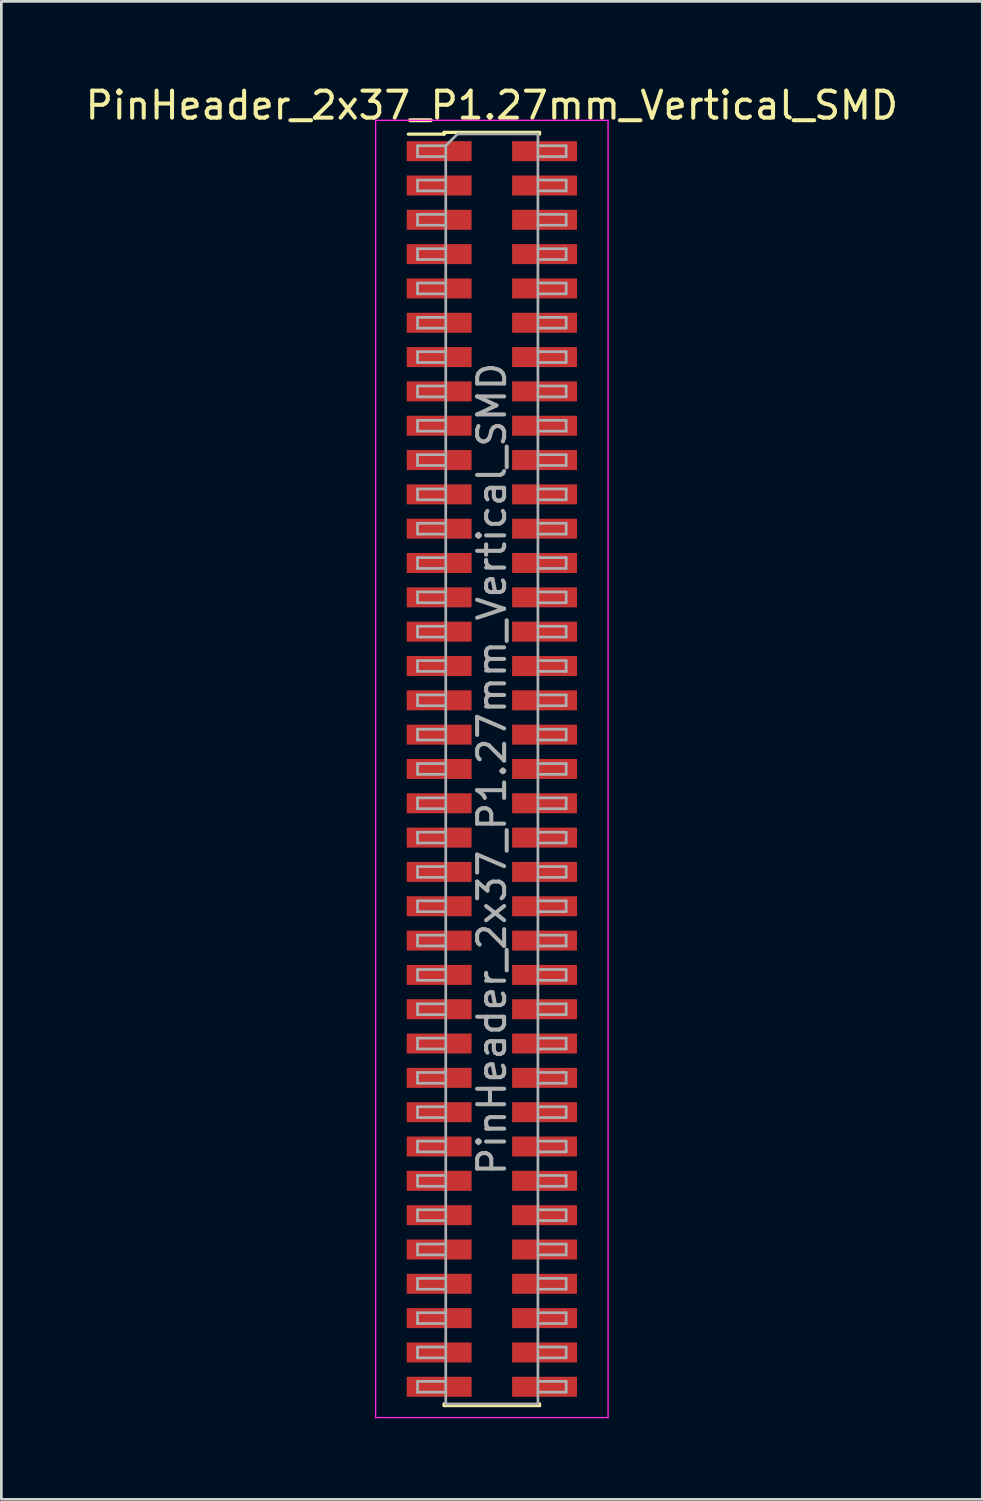
<source format=kicad_pcb>
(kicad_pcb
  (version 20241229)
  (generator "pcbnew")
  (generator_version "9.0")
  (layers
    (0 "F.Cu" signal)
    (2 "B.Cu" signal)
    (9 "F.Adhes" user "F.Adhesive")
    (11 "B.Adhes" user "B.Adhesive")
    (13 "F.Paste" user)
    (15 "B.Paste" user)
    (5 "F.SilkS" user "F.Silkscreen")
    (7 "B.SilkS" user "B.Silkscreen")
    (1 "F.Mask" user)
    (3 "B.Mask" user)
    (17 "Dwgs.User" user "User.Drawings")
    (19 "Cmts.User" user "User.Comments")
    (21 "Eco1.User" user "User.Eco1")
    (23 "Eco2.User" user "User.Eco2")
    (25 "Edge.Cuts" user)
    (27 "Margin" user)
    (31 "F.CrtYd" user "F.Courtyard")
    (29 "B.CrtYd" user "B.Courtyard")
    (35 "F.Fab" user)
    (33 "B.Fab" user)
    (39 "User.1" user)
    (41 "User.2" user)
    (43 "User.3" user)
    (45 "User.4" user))
  (footprint "PinHeader_2x37_P1.27mm_Vertical_SMD"
    (layer "F.Cu")
    (at 15.149 25.403)
    (property "Reference" "PinHeader_2x37_P1.27mm_Vertical_SMD" (at 0 -24.555 0) (layer "F.SilkS") (effects (font (size 1 1) (thickness 0.15))))
    (attr smd)
    (fp_line (start -3.09 -23.49) (end -1.765 -23.49) (stroke (width 0.12) (type solid)) (layer "F.SilkS"))
    (fp_line (start -1.765 -23.555) (end -1.765 -23.49) (stroke (width 0.12) (type solid)) (layer "F.SilkS"))
    (fp_line (start -1.765 -23.555) (end 1.765 -23.555) (stroke (width 0.12) (type solid)) (layer "F.SilkS"))
    (fp_line (start -1.765 23.49) (end -1.765 23.555) (stroke (width 0.12) (type solid)) (layer "F.SilkS"))
    (fp_line (start -1.765 23.555) (end 1.765 23.555) (stroke (width 0.12) (type solid)) (layer "F.SilkS"))
    (fp_line (start 1.765 -23.555) (end 1.765 -23.49) (stroke (width 0.12) (type solid)) (layer "F.SilkS"))
    (fp_line (start 1.765 23.49) (end 1.765 23.555) (stroke (width 0.12) (type solid)) (layer "F.SilkS"))
    (fp_line (start -4.3 -24) (end -4.3 24) (stroke (width 0.05) (type solid)) (layer "F.CrtYd"))
    (fp_line (start -4.3 24) (end 4.3 24) (stroke (width 0.05) (type solid)) (layer "F.CrtYd"))
    (fp_line (start 4.3 -24) (end -4.3 -24) (stroke (width 0.05) (type solid)) (layer "F.CrtYd"))
    (fp_line (start 4.3 24) (end 4.3 -24) (stroke (width 0.05) (type solid)) (layer "F.CrtYd"))
    (fp_line (start -2.75 -23.06) (end -2.75 -22.66) (stroke (width 0.1) (type solid)) (layer "F.Fab"))
    (fp_line (start -2.75 -22.66) (end -1.705 -22.66) (stroke (width 0.1) (type solid)) (layer "F.Fab"))
    (fp_line (start -2.75 -21.79) (end -2.75 -21.39) (stroke (width 0.1) (type solid)) (layer "F.Fab"))
    (fp_line (start -2.75 -21.39) (end -1.705 -21.39) (stroke (width 0.1) (type solid)) (layer "F.Fab"))
    (fp_line (start -2.75 -20.52) (end -2.75 -20.12) (stroke (width 0.1) (type solid)) (layer "F.Fab"))
    (fp_line (start -2.75 -20.12) (end -1.705 -20.12) (stroke (width 0.1) (type solid)) (layer "F.Fab"))
    (fp_line (start -2.75 -19.25) (end -2.75 -18.85) (stroke (width 0.1) (type solid)) (layer "F.Fab"))
    (fp_line (start -2.75 -18.85) (end -1.705 -18.85) (stroke (width 0.1) (type solid)) (layer "F.Fab"))
    (fp_line (start -2.75 -17.98) (end -2.75 -17.58) (stroke (width 0.1) (type solid)) (layer "F.Fab"))
    (fp_line (start -2.75 -17.58) (end -1.705 -17.58) (stroke (width 0.1) (type solid)) (layer "F.Fab"))
    (fp_line (start -2.75 -16.71) (end -2.75 -16.31) (stroke (width 0.1) (type solid)) (layer "F.Fab"))
    (fp_line (start -2.75 -16.31) (end -1.705 -16.31) (stroke (width 0.1) (type solid)) (layer "F.Fab"))
    (fp_line (start -2.75 -15.44) (end -2.75 -15.04) (stroke (width 0.1) (type solid)) (layer "F.Fab"))
    (fp_line (start -2.75 -15.04) (end -1.705 -15.04) (stroke (width 0.1) (type solid)) (layer "F.Fab"))
    (fp_line (start -2.75 -14.17) (end -2.75 -13.77) (stroke (width 0.1) (type solid)) (layer "F.Fab"))
    (fp_line (start -2.75 -13.77) (end -1.705 -13.77) (stroke (width 0.1) (type solid)) (layer "F.Fab"))
    (fp_line (start -2.75 -12.9) (end -2.75 -12.5) (stroke (width 0.1) (type solid)) (layer "F.Fab"))
    (fp_line (start -2.75 -12.5) (end -1.705 -12.5) (stroke (width 0.1) (type solid)) (layer "F.Fab"))
    (fp_line (start -2.75 -11.63) (end -2.75 -11.23) (stroke (width 0.1) (type solid)) (layer "F.Fab"))
    (fp_line (start -2.75 -11.23) (end -1.705 -11.23) (stroke (width 0.1) (type solid)) (layer "F.Fab"))
    (fp_line (start -2.75 -10.36) (end -2.75 -9.96) (stroke (width 0.1) (type solid)) (layer "F.Fab"))
    (fp_line (start -2.75 -9.96) (end -1.705 -9.96) (stroke (width 0.1) (type solid)) (layer "F.Fab"))
    (fp_line (start -2.75 -9.09) (end -2.75 -8.69) (stroke (width 0.1) (type solid)) (layer "F.Fab"))
    (fp_line (start -2.75 -8.69) (end -1.705 -8.69) (stroke (width 0.1) (type solid)) (layer "F.Fab"))
    (fp_line (start -2.75 -7.82) (end -2.75 -7.42) (stroke (width 0.1) (type solid)) (layer "F.Fab"))
    (fp_line (start -2.75 -7.42) (end -1.705 -7.42) (stroke (width 0.1) (type solid)) (layer "F.Fab"))
    (fp_line (start -2.75 -6.55) (end -2.75 -6.15) (stroke (width 0.1) (type solid)) (layer "F.Fab"))
    (fp_line (start -2.75 -6.15) (end -1.705 -6.15) (stroke (width 0.1) (type solid)) (layer "F.Fab"))
    (fp_line (start -2.75 -5.28) (end -2.75 -4.88) (stroke (width 0.1) (type solid)) (layer "F.Fab"))
    (fp_line (start -2.75 -4.88) (end -1.705 -4.88) (stroke (width 0.1) (type solid)) (layer "F.Fab"))
    (fp_line (start -2.75 -4.01) (end -2.75 -3.61) (stroke (width 0.1) (type solid)) (layer "F.Fab"))
    (fp_line (start -2.75 -3.61) (end -1.705 -3.61) (stroke (width 0.1) (type solid)) (layer "F.Fab"))
    (fp_line (start -2.75 -2.74) (end -2.75 -2.34) (stroke (width 0.1) (type solid)) (layer "F.Fab"))
    (fp_line (start -2.75 -2.34) (end -1.705 -2.34) (stroke (width 0.1) (type solid)) (layer "F.Fab"))
    (fp_line (start -2.75 -1.47) (end -2.75 -1.07) (stroke (width 0.1) (type solid)) (layer "F.Fab"))
    (fp_line (start -2.75 -1.07) (end -1.705 -1.07) (stroke (width 0.1) (type solid)) (layer "F.Fab"))
    (fp_line (start -2.75 -0.2) (end -2.75 0.2) (stroke (width 0.1) (type solid)) (layer "F.Fab"))
    (fp_line (start -2.75 0.2) (end -1.705 0.2) (stroke (width 0.1) (type solid)) (layer "F.Fab"))
    (fp_line (start -2.75 1.07) (end -2.75 1.47) (stroke (width 0.1) (type solid)) (layer "F.Fab"))
    (fp_line (start -2.75 1.47) (end -1.705 1.47) (stroke (width 0.1) (type solid)) (layer "F.Fab"))
    (fp_line (start -2.75 2.34) (end -2.75 2.74) (stroke (width 0.1) (type solid)) (layer "F.Fab"))
    (fp_line (start -2.75 2.74) (end -1.705 2.74) (stroke (width 0.1) (type solid)) (layer "F.Fab"))
    (fp_line (start -2.75 3.61) (end -2.75 4.01) (stroke (width 0.1) (type solid)) (layer "F.Fab"))
    (fp_line (start -2.75 4.01) (end -1.705 4.01) (stroke (width 0.1) (type solid)) (layer "F.Fab"))
    (fp_line (start -2.75 4.88) (end -2.75 5.28) (stroke (width 0.1) (type solid)) (layer "F.Fab"))
    (fp_line (start -2.75 5.28) (end -1.705 5.28) (stroke (width 0.1) (type solid)) (layer "F.Fab"))
    (fp_line (start -2.75 6.15) (end -2.75 6.55) (stroke (width 0.1) (type solid)) (layer "F.Fab"))
    (fp_line (start -2.75 6.55) (end -1.705 6.55) (stroke (width 0.1) (type solid)) (layer "F.Fab"))
    (fp_line (start -2.75 7.42) (end -2.75 7.82) (stroke (width 0.1) (type solid)) (layer "F.Fab"))
    (fp_line (start -2.75 7.82) (end -1.705 7.82) (stroke (width 0.1) (type solid)) (layer "F.Fab"))
    (fp_line (start -2.75 8.69) (end -2.75 9.09) (stroke (width 0.1) (type solid)) (layer "F.Fab"))
    (fp_line (start -2.75 9.09) (end -1.705 9.09) (stroke (width 0.1) (type solid)) (layer "F.Fab"))
    (fp_line (start -2.75 9.96) (end -2.75 10.36) (stroke (width 0.1) (type solid)) (layer "F.Fab"))
    (fp_line (start -2.75 10.36) (end -1.705 10.36) (stroke (width 0.1) (type solid)) (layer "F.Fab"))
    (fp_line (start -2.75 11.23) (end -2.75 11.63) (stroke (width 0.1) (type solid)) (layer "F.Fab"))
    (fp_line (start -2.75 11.63) (end -1.705 11.63) (stroke (width 0.1) (type solid)) (layer "F.Fab"))
    (fp_line (start -2.75 12.5) (end -2.75 12.9) (stroke (width 0.1) (type solid)) (layer "F.Fab"))
    (fp_line (start -2.75 12.9) (end -1.705 12.9) (stroke (width 0.1) (type solid)) (layer "F.Fab"))
    (fp_line (start -2.75 13.77) (end -2.75 14.17) (stroke (width 0.1) (type solid)) (layer "F.Fab"))
    (fp_line (start -2.75 14.17) (end -1.705 14.17) (stroke (width 0.1) (type solid)) (layer "F.Fab"))
    (fp_line (start -2.75 15.04) (end -2.75 15.44) (stroke (width 0.1) (type solid)) (layer "F.Fab"))
    (fp_line (start -2.75 15.44) (end -1.705 15.44) (stroke (width 0.1) (type solid)) (layer "F.Fab"))
    (fp_line (start -2.75 16.31) (end -2.75 16.71) (stroke (width 0.1) (type solid)) (layer "F.Fab"))
    (fp_line (start -2.75 16.71) (end -1.705 16.71) (stroke (width 0.1) (type solid)) (layer "F.Fab"))
    (fp_line (start -2.75 17.58) (end -2.75 17.98) (stroke (width 0.1) (type solid)) (layer "F.Fab"))
    (fp_line (start -2.75 17.98) (end -1.705 17.98) (stroke (width 0.1) (type solid)) (layer "F.Fab"))
    (fp_line (start -2.75 18.85) (end -2.75 19.25) (stroke (width 0.1) (type solid)) (layer "F.Fab"))
    (fp_line (start -2.75 19.25) (end -1.705 19.25) (stroke (width 0.1) (type solid)) (layer "F.Fab"))
    (fp_line (start -2.75 20.12) (end -2.75 20.52) (stroke (width 0.1) (type solid)) (layer "F.Fab"))
    (fp_line (start -2.75 20.52) (end -1.705 20.52) (stroke (width 0.1) (type solid)) (layer "F.Fab"))
    (fp_line (start -2.75 21.39) (end -2.75 21.79) (stroke (width 0.1) (type solid)) (layer "F.Fab"))
    (fp_line (start -2.75 21.79) (end -1.705 21.79) (stroke (width 0.1) (type solid)) (layer "F.Fab"))
    (fp_line (start -2.75 22.66) (end -2.75 23.06) (stroke (width 0.1) (type solid)) (layer "F.Fab"))
    (fp_line (start -2.75 23.06) (end -1.705 23.06) (stroke (width 0.1) (type solid)) (layer "F.Fab"))
    (fp_line (start -1.705 -23.06) (end -2.75 -23.06) (stroke (width 0.1) (type solid)) (layer "F.Fab"))
    (fp_line (start -1.705 -23.06) (end -1.27 -23.495) (stroke (width 0.1) (type solid)) (layer "F.Fab"))
    (fp_line (start -1.705 -21.79) (end -2.75 -21.79) (stroke (width 0.1) (type solid)) (layer "F.Fab"))
    (fp_line (start -1.705 -20.52) (end -2.75 -20.52) (stroke (width 0.1) (type solid)) (layer "F.Fab"))
    (fp_line (start -1.705 -19.25) (end -2.75 -19.25) (stroke (width 0.1) (type solid)) (layer "F.Fab"))
    (fp_line (start -1.705 -17.98) (end -2.75 -17.98) (stroke (width 0.1) (type solid)) (layer "F.Fab"))
    (fp_line (start -1.705 -16.71) (end -2.75 -16.71) (stroke (width 0.1) (type solid)) (layer "F.Fab"))
    (fp_line (start -1.705 -15.44) (end -2.75 -15.44) (stroke (width 0.1) (type solid)) (layer "F.Fab"))
    (fp_line (start -1.705 -14.17) (end -2.75 -14.17) (stroke (width 0.1) (type solid)) (layer "F.Fab"))
    (fp_line (start -1.705 -12.9) (end -2.75 -12.9) (stroke (width 0.1) (type solid)) (layer "F.Fab"))
    (fp_line (start -1.705 -11.63) (end -2.75 -11.63) (stroke (width 0.1) (type solid)) (layer "F.Fab"))
    (fp_line (start -1.705 -10.36) (end -2.75 -10.36) (stroke (width 0.1) (type solid)) (layer "F.Fab"))
    (fp_line (start -1.705 -9.09) (end -2.75 -9.09) (stroke (width 0.1) (type solid)) (layer "F.Fab"))
    (fp_line (start -1.705 -7.82) (end -2.75 -7.82) (stroke (width 0.1) (type solid)) (layer "F.Fab"))
    (fp_line (start -1.705 -6.55) (end -2.75 -6.55) (stroke (width 0.1) (type solid)) (layer "F.Fab"))
    (fp_line (start -1.705 -5.28) (end -2.75 -5.28) (stroke (width 0.1) (type solid)) (layer "F.Fab"))
    (fp_line (start -1.705 -4.01) (end -2.75 -4.01) (stroke (width 0.1) (type solid)) (layer "F.Fab"))
    (fp_line (start -1.705 -2.74) (end -2.75 -2.74) (stroke (width 0.1) (type solid)) (layer "F.Fab"))
    (fp_line (start -1.705 -1.47) (end -2.75 -1.47) (stroke (width 0.1) (type solid)) (layer "F.Fab"))
    (fp_line (start -1.705 -0.2) (end -2.75 -0.2) (stroke (width 0.1) (type solid)) (layer "F.Fab"))
    (fp_line (start -1.705 1.07) (end -2.75 1.07) (stroke (width 0.1) (type solid)) (layer "F.Fab"))
    (fp_line (start -1.705 2.34) (end -2.75 2.34) (stroke (width 0.1) (type solid)) (layer "F.Fab"))
    (fp_line (start -1.705 3.61) (end -2.75 3.61) (stroke (width 0.1) (type solid)) (layer "F.Fab"))
    (fp_line (start -1.705 4.88) (end -2.75 4.88) (stroke (width 0.1) (type solid)) (layer "F.Fab"))
    (fp_line (start -1.705 6.15) (end -2.75 6.15) (stroke (width 0.1) (type solid)) (layer "F.Fab"))
    (fp_line (start -1.705 7.42) (end -2.75 7.42) (stroke (width 0.1) (type solid)) (layer "F.Fab"))
    (fp_line (start -1.705 8.69) (end -2.75 8.69) (stroke (width 0.1) (type solid)) (layer "F.Fab"))
    (fp_line (start -1.705 9.96) (end -2.75 9.96) (stroke (width 0.1) (type solid)) (layer "F.Fab"))
    (fp_line (start -1.705 11.23) (end -2.75 11.23) (stroke (width 0.1) (type solid)) (layer "F.Fab"))
    (fp_line (start -1.705 12.5) (end -2.75 12.5) (stroke (width 0.1) (type solid)) (layer "F.Fab"))
    (fp_line (start -1.705 13.77) (end -2.75 13.77) (stroke (width 0.1) (type solid)) (layer "F.Fab"))
    (fp_line (start -1.705 15.04) (end -2.75 15.04) (stroke (width 0.1) (type solid)) (layer "F.Fab"))
    (fp_line (start -1.705 16.31) (end -2.75 16.31) (stroke (width 0.1) (type solid)) (layer "F.Fab"))
    (fp_line (start -1.705 17.58) (end -2.75 17.58) (stroke (width 0.1) (type solid)) (layer "F.Fab"))
    (fp_line (start -1.705 18.85) (end -2.75 18.85) (stroke (width 0.1) (type solid)) (layer "F.Fab"))
    (fp_line (start -1.705 20.12) (end -2.75 20.12) (stroke (width 0.1) (type solid)) (layer "F.Fab"))
    (fp_line (start -1.705 21.39) (end -2.75 21.39) (stroke (width 0.1) (type solid)) (layer "F.Fab"))
    (fp_line (start -1.705 22.66) (end -2.75 22.66) (stroke (width 0.1) (type solid)) (layer "F.Fab"))
    (fp_line (start -1.705 23.495) (end -1.705 -23.06) (stroke (width 0.1) (type solid)) (layer "F.Fab"))
    (fp_line (start -1.27 -23.495) (end 1.705 -23.495) (stroke (width 0.1) (type solid)) (layer "F.Fab"))
    (fp_line (start 1.705 -23.495) (end 1.705 23.495) (stroke (width 0.1) (type solid)) (layer "F.Fab"))
    (fp_line (start 1.705 -23.06) (end 2.75 -23.06) (stroke (width 0.1) (type solid)) (layer "F.Fab"))
    (fp_line (start 1.705 -21.79) (end 2.75 -21.79) (stroke (width 0.1) (type solid)) (layer "F.Fab"))
    (fp_line (start 1.705 -20.52) (end 2.75 -20.52) (stroke (width 0.1) (type solid)) (layer "F.Fab"))
    (fp_line (start 1.705 -19.25) (end 2.75 -19.25) (stroke (width 0.1) (type solid)) (layer "F.Fab"))
    (fp_line (start 1.705 -17.98) (end 2.75 -17.98) (stroke (width 0.1) (type solid)) (layer "F.Fab"))
    (fp_line (start 1.705 -16.71) (end 2.75 -16.71) (stroke (width 0.1) (type solid)) (layer "F.Fab"))
    (fp_line (start 1.705 -15.44) (end 2.75 -15.44) (stroke (width 0.1) (type solid)) (layer "F.Fab"))
    (fp_line (start 1.705 -14.17) (end 2.75 -14.17) (stroke (width 0.1) (type solid)) (layer "F.Fab"))
    (fp_line (start 1.705 -12.9) (end 2.75 -12.9) (stroke (width 0.1) (type solid)) (layer "F.Fab"))
    (fp_line (start 1.705 -11.63) (end 2.75 -11.63) (stroke (width 0.1) (type solid)) (layer "F.Fab"))
    (fp_line (start 1.705 -10.36) (end 2.75 -10.36) (stroke (width 0.1) (type solid)) (layer "F.Fab"))
    (fp_line (start 1.705 -9.09) (end 2.75 -9.09) (stroke (width 0.1) (type solid)) (layer "F.Fab"))
    (fp_line (start 1.705 -7.82) (end 2.75 -7.82) (stroke (width 0.1) (type solid)) (layer "F.Fab"))
    (fp_line (start 1.705 -6.55) (end 2.75 -6.55) (stroke (width 0.1) (type solid)) (layer "F.Fab"))
    (fp_line (start 1.705 -5.28) (end 2.75 -5.28) (stroke (width 0.1) (type solid)) (layer "F.Fab"))
    (fp_line (start 1.705 -4.01) (end 2.75 -4.01) (stroke (width 0.1) (type solid)) (layer "F.Fab"))
    (fp_line (start 1.705 -2.74) (end 2.75 -2.74) (stroke (width 0.1) (type solid)) (layer "F.Fab"))
    (fp_line (start 1.705 -1.47) (end 2.75 -1.47) (stroke (width 0.1) (type solid)) (layer "F.Fab"))
    (fp_line (start 1.705 -0.2) (end 2.75 -0.2) (stroke (width 0.1) (type solid)) (layer "F.Fab"))
    (fp_line (start 1.705 1.07) (end 2.75 1.07) (stroke (width 0.1) (type solid)) (layer "F.Fab"))
    (fp_line (start 1.705 2.34) (end 2.75 2.34) (stroke (width 0.1) (type solid)) (layer "F.Fab"))
    (fp_line (start 1.705 3.61) (end 2.75 3.61) (stroke (width 0.1) (type solid)) (layer "F.Fab"))
    (fp_line (start 1.705 4.88) (end 2.75 4.88) (stroke (width 0.1) (type solid)) (layer "F.Fab"))
    (fp_line (start 1.705 6.15) (end 2.75 6.15) (stroke (width 0.1) (type solid)) (layer "F.Fab"))
    (fp_line (start 1.705 7.42) (end 2.75 7.42) (stroke (width 0.1) (type solid)) (layer "F.Fab"))
    (fp_line (start 1.705 8.69) (end 2.75 8.69) (stroke (width 0.1) (type solid)) (layer "F.Fab"))
    (fp_line (start 1.705 9.96) (end 2.75 9.96) (stroke (width 0.1) (type solid)) (layer "F.Fab"))
    (fp_line (start 1.705 11.23) (end 2.75 11.23) (stroke (width 0.1) (type solid)) (layer "F.Fab"))
    (fp_line (start 1.705 12.5) (end 2.75 12.5) (stroke (width 0.1) (type solid)) (layer "F.Fab"))
    (fp_line (start 1.705 13.77) (end 2.75 13.77) (stroke (width 0.1) (type solid)) (layer "F.Fab"))
    (fp_line (start 1.705 15.04) (end 2.75 15.04) (stroke (width 0.1) (type solid)) (layer "F.Fab"))
    (fp_line (start 1.705 16.31) (end 2.75 16.31) (stroke (width 0.1) (type solid)) (layer "F.Fab"))
    (fp_line (start 1.705 17.58) (end 2.75 17.58) (stroke (width 0.1) (type solid)) (layer "F.Fab"))
    (fp_line (start 1.705 18.85) (end 2.75 18.85) (stroke (width 0.1) (type solid)) (layer "F.Fab"))
    (fp_line (start 1.705 20.12) (end 2.75 20.12) (stroke (width 0.1) (type solid)) (layer "F.Fab"))
    (fp_line (start 1.705 21.39) (end 2.75 21.39) (stroke (width 0.1) (type solid)) (layer "F.Fab"))
    (fp_line (start 1.705 22.66) (end 2.75 22.66) (stroke (width 0.1) (type solid)) (layer "F.Fab"))
    (fp_line (start 1.705 23.495) (end -1.705 23.495) (stroke (width 0.1) (type solid)) (layer "F.Fab"))
    (fp_line (start 2.75 -23.06) (end 2.75 -22.66) (stroke (width 0.1) (type solid)) (layer "F.Fab"))
    (fp_line (start 2.75 -22.66) (end 1.705 -22.66) (stroke (width 0.1) (type solid)) (layer "F.Fab"))
    (fp_line (start 2.75 -21.79) (end 2.75 -21.39) (stroke (width 0.1) (type solid)) (layer "F.Fab"))
    (fp_line (start 2.75 -21.39) (end 1.705 -21.39) (stroke (width 0.1) (type solid)) (layer "F.Fab"))
    (fp_line (start 2.75 -20.52) (end 2.75 -20.12) (stroke (width 0.1) (type solid)) (layer "F.Fab"))
    (fp_line (start 2.75 -20.12) (end 1.705 -20.12) (stroke (width 0.1) (type solid)) (layer "F.Fab"))
    (fp_line (start 2.75 -19.25) (end 2.75 -18.85) (stroke (width 0.1) (type solid)) (layer "F.Fab"))
    (fp_line (start 2.75 -18.85) (end 1.705 -18.85) (stroke (width 0.1) (type solid)) (layer "F.Fab"))
    (fp_line (start 2.75 -17.98) (end 2.75 -17.58) (stroke (width 0.1) (type solid)) (layer "F.Fab"))
    (fp_line (start 2.75 -17.58) (end 1.705 -17.58) (stroke (width 0.1) (type solid)) (layer "F.Fab"))
    (fp_line (start 2.75 -16.71) (end 2.75 -16.31) (stroke (width 0.1) (type solid)) (layer "F.Fab"))
    (fp_line (start 2.75 -16.31) (end 1.705 -16.31) (stroke (width 0.1) (type solid)) (layer "F.Fab"))
    (fp_line (start 2.75 -15.44) (end 2.75 -15.04) (stroke (width 0.1) (type solid)) (layer "F.Fab"))
    (fp_line (start 2.75 -15.04) (end 1.705 -15.04) (stroke (width 0.1) (type solid)) (layer "F.Fab"))
    (fp_line (start 2.75 -14.17) (end 2.75 -13.77) (stroke (width 0.1) (type solid)) (layer "F.Fab"))
    (fp_line (start 2.75 -13.77) (end 1.705 -13.77) (stroke (width 0.1) (type solid)) (layer "F.Fab"))
    (fp_line (start 2.75 -12.9) (end 2.75 -12.5) (stroke (width 0.1) (type solid)) (layer "F.Fab"))
    (fp_line (start 2.75 -12.5) (end 1.705 -12.5) (stroke (width 0.1) (type solid)) (layer "F.Fab"))
    (fp_line (start 2.75 -11.63) (end 2.75 -11.23) (stroke (width 0.1) (type solid)) (layer "F.Fab"))
    (fp_line (start 2.75 -11.23) (end 1.705 -11.23) (stroke (width 0.1) (type solid)) (layer "F.Fab"))
    (fp_line (start 2.75 -10.36) (end 2.75 -9.96) (stroke (width 0.1) (type solid)) (layer "F.Fab"))
    (fp_line (start 2.75 -9.96) (end 1.705 -9.96) (stroke (width 0.1) (type solid)) (layer "F.Fab"))
    (fp_line (start 2.75 -9.09) (end 2.75 -8.69) (stroke (width 0.1) (type solid)) (layer "F.Fab"))
    (fp_line (start 2.75 -8.69) (end 1.705 -8.69) (stroke (width 0.1) (type solid)) (layer "F.Fab"))
    (fp_line (start 2.75 -7.82) (end 2.75 -7.42) (stroke (width 0.1) (type solid)) (layer "F.Fab"))
    (fp_line (start 2.75 -7.42) (end 1.705 -7.42) (stroke (width 0.1) (type solid)) (layer "F.Fab"))
    (fp_line (start 2.75 -6.55) (end 2.75 -6.15) (stroke (width 0.1) (type solid)) (layer "F.Fab"))
    (fp_line (start 2.75 -6.15) (end 1.705 -6.15) (stroke (width 0.1) (type solid)) (layer "F.Fab"))
    (fp_line (start 2.75 -5.28) (end 2.75 -4.88) (stroke (width 0.1) (type solid)) (layer "F.Fab"))
    (fp_line (start 2.75 -4.88) (end 1.705 -4.88) (stroke (width 0.1) (type solid)) (layer "F.Fab"))
    (fp_line (start 2.75 -4.01) (end 2.75 -3.61) (stroke (width 0.1) (type solid)) (layer "F.Fab"))
    (fp_line (start 2.75 -3.61) (end 1.705 -3.61) (stroke (width 0.1) (type solid)) (layer "F.Fab"))
    (fp_line (start 2.75 -2.74) (end 2.75 -2.34) (stroke (width 0.1) (type solid)) (layer "F.Fab"))
    (fp_line (start 2.75 -2.34) (end 1.705 -2.34) (stroke (width 0.1) (type solid)) (layer "F.Fab"))
    (fp_line (start 2.75 -1.47) (end 2.75 -1.07) (stroke (width 0.1) (type solid)) (layer "F.Fab"))
    (fp_line (start 2.75 -1.07) (end 1.705 -1.07) (stroke (width 0.1) (type solid)) (layer "F.Fab"))
    (fp_line (start 2.75 -0.2) (end 2.75 0.2) (stroke (width 0.1) (type solid)) (layer "F.Fab"))
    (fp_line (start 2.75 0.2) (end 1.705 0.2) (stroke (width 0.1) (type solid)) (layer "F.Fab"))
    (fp_line (start 2.75 1.07) (end 2.75 1.47) (stroke (width 0.1) (type solid)) (layer "F.Fab"))
    (fp_line (start 2.75 1.47) (end 1.705 1.47) (stroke (width 0.1) (type solid)) (layer "F.Fab"))
    (fp_line (start 2.75 2.34) (end 2.75 2.74) (stroke (width 0.1) (type solid)) (layer "F.Fab"))
    (fp_line (start 2.75 2.74) (end 1.705 2.74) (stroke (width 0.1) (type solid)) (layer "F.Fab"))
    (fp_line (start 2.75 3.61) (end 2.75 4.01) (stroke (width 0.1) (type solid)) (layer "F.Fab"))
    (fp_line (start 2.75 4.01) (end 1.705 4.01) (stroke (width 0.1) (type solid)) (layer "F.Fab"))
    (fp_line (start 2.75 4.88) (end 2.75 5.28) (stroke (width 0.1) (type solid)) (layer "F.Fab"))
    (fp_line (start 2.75 5.28) (end 1.705 5.28) (stroke (width 0.1) (type solid)) (layer "F.Fab"))
    (fp_line (start 2.75 6.15) (end 2.75 6.55) (stroke (width 0.1) (type solid)) (layer "F.Fab"))
    (fp_line (start 2.75 6.55) (end 1.705 6.55) (stroke (width 0.1) (type solid)) (layer "F.Fab"))
    (fp_line (start 2.75 7.42) (end 2.75 7.82) (stroke (width 0.1) (type solid)) (layer "F.Fab"))
    (fp_line (start 2.75 7.82) (end 1.705 7.82) (stroke (width 0.1) (type solid)) (layer "F.Fab"))
    (fp_line (start 2.75 8.69) (end 2.75 9.09) (stroke (width 0.1) (type solid)) (layer "F.Fab"))
    (fp_line (start 2.75 9.09) (end 1.705 9.09) (stroke (width 0.1) (type solid)) (layer "F.Fab"))
    (fp_line (start 2.75 9.96) (end 2.75 10.36) (stroke (width 0.1) (type solid)) (layer "F.Fab"))
    (fp_line (start 2.75 10.36) (end 1.705 10.36) (stroke (width 0.1) (type solid)) (layer "F.Fab"))
    (fp_line (start 2.75 11.23) (end 2.75 11.63) (stroke (width 0.1) (type solid)) (layer "F.Fab"))
    (fp_line (start 2.75 11.63) (end 1.705 11.63) (stroke (width 0.1) (type solid)) (layer "F.Fab"))
    (fp_line (start 2.75 12.5) (end 2.75 12.9) (stroke (width 0.1) (type solid)) (layer "F.Fab"))
    (fp_line (start 2.75 12.9) (end 1.705 12.9) (stroke (width 0.1) (type solid)) (layer "F.Fab"))
    (fp_line (start 2.75 13.77) (end 2.75 14.17) (stroke (width 0.1) (type solid)) (layer "F.Fab"))
    (fp_line (start 2.75 14.17) (end 1.705 14.17) (stroke (width 0.1) (type solid)) (layer "F.Fab"))
    (fp_line (start 2.75 15.04) (end 2.75 15.44) (stroke (width 0.1) (type solid)) (layer "F.Fab"))
    (fp_line (start 2.75 15.44) (end 1.705 15.44) (stroke (width 0.1) (type solid)) (layer "F.Fab"))
    (fp_line (start 2.75 16.31) (end 2.75 16.71) (stroke (width 0.1) (type solid)) (layer "F.Fab"))
    (fp_line (start 2.75 16.71) (end 1.705 16.71) (stroke (width 0.1) (type solid)) (layer "F.Fab"))
    (fp_line (start 2.75 17.58) (end 2.75 17.98) (stroke (width 0.1) (type solid)) (layer "F.Fab"))
    (fp_line (start 2.75 17.98) (end 1.705 17.98) (stroke (width 0.1) (type solid)) (layer "F.Fab"))
    (fp_line (start 2.75 18.85) (end 2.75 19.25) (stroke (width 0.1) (type solid)) (layer "F.Fab"))
    (fp_line (start 2.75 19.25) (end 1.705 19.25) (stroke (width 0.1) (type solid)) (layer "F.Fab"))
    (fp_line (start 2.75 20.12) (end 2.75 20.52) (stroke (width 0.1) (type solid)) (layer "F.Fab"))
    (fp_line (start 2.75 20.52) (end 1.705 20.52) (stroke (width 0.1) (type solid)) (layer "F.Fab"))
    (fp_line (start 2.75 21.39) (end 2.75 21.79) (stroke (width 0.1) (type solid)) (layer "F.Fab"))
    (fp_line (start 2.75 21.79) (end 1.705 21.79) (stroke (width 0.1) (type solid)) (layer "F.Fab"))
    (fp_line (start 2.75 22.66) (end 2.75 23.06) (stroke (width 0.1) (type solid)) (layer "F.Fab"))
    (fp_line (start 2.75 23.06) (end 1.705 23.06) (stroke (width 0.1) (type solid)) (layer "F.Fab"))
    (fp_text user "${REFERENCE}" (at 0 0 90) (layer "F.Fab") (effects (font (size 1 1) (thickness 0.15))))
    (pad "1" smd rect (at -1.95 -22.86) (size 2.4 0.74) (layers "F.Cu" "F.Mask" "F.Paste"))
    (pad "2" smd rect (at 1.95 -22.86) (size 2.4 0.74) (layers "F.Cu" "F.Mask" "F.Paste"))
    (pad "3" smd rect (at -1.95 -21.59) (size 2.4 0.74) (layers "F.Cu" "F.Mask" "F.Paste"))
    (pad "4" smd rect (at 1.95 -21.59) (size 2.4 0.74) (layers "F.Cu" "F.Mask" "F.Paste"))
    (pad "5" smd rect (at -1.95 -20.32) (size 2.4 0.74) (layers "F.Cu" "F.Mask" "F.Paste"))
    (pad "6" smd rect (at 1.95 -20.32) (size 2.4 0.74) (layers "F.Cu" "F.Mask" "F.Paste"))
    (pad "7" smd rect (at -1.95 -19.05) (size 2.4 0.74) (layers "F.Cu" "F.Mask" "F.Paste"))
    (pad "8" smd rect (at 1.95 -19.05) (size 2.4 0.74) (layers "F.Cu" "F.Mask" "F.Paste"))
    (pad "9" smd rect (at -1.95 -17.78) (size 2.4 0.74) (layers "F.Cu" "F.Mask" "F.Paste"))
    (pad "10" smd rect (at 1.95 -17.78) (size 2.4 0.74) (layers "F.Cu" "F.Mask" "F.Paste"))
    (pad "11" smd rect (at -1.95 -16.51) (size 2.4 0.74) (layers "F.Cu" "F.Mask" "F.Paste"))
    (pad "12" smd rect (at 1.95 -16.51) (size 2.4 0.74) (layers "F.Cu" "F.Mask" "F.Paste"))
    (pad "13" smd rect (at -1.95 -15.24) (size 2.4 0.74) (layers "F.Cu" "F.Mask" "F.Paste"))
    (pad "14" smd rect (at 1.95 -15.24) (size 2.4 0.74) (layers "F.Cu" "F.Mask" "F.Paste"))
    (pad "15" smd rect (at -1.95 -13.97) (size 2.4 0.74) (layers "F.Cu" "F.Mask" "F.Paste"))
    (pad "16" smd rect (at 1.95 -13.97) (size 2.4 0.74) (layers "F.Cu" "F.Mask" "F.Paste"))
    (pad "17" smd rect (at -1.95 -12.7) (size 2.4 0.74) (layers "F.Cu" "F.Mask" "F.Paste"))
    (pad "18" smd rect (at 1.95 -12.7) (size 2.4 0.74) (layers "F.Cu" "F.Mask" "F.Paste"))
    (pad "19" smd rect (at -1.95 -11.43) (size 2.4 0.74) (layers "F.Cu" "F.Mask" "F.Paste"))
    (pad "20" smd rect (at 1.95 -11.43) (size 2.4 0.74) (layers "F.Cu" "F.Mask" "F.Paste"))
    (pad "21" smd rect (at -1.95 -10.16) (size 2.4 0.74) (layers "F.Cu" "F.Mask" "F.Paste"))
    (pad "22" smd rect (at 1.95 -10.16) (size 2.4 0.74) (layers "F.Cu" "F.Mask" "F.Paste"))
    (pad "23" smd rect (at -1.95 -8.89) (size 2.4 0.74) (layers "F.Cu" "F.Mask" "F.Paste"))
    (pad "24" smd rect (at 1.95 -8.89) (size 2.4 0.74) (layers "F.Cu" "F.Mask" "F.Paste"))
    (pad "25" smd rect (at -1.95 -7.62) (size 2.4 0.74) (layers "F.Cu" "F.Mask" "F.Paste"))
    (pad "26" smd rect (at 1.95 -7.62) (size 2.4 0.74) (layers "F.Cu" "F.Mask" "F.Paste"))
    (pad "27" smd rect (at -1.95 -6.35) (size 2.4 0.74) (layers "F.Cu" "F.Mask" "F.Paste"))
    (pad "28" smd rect (at 1.95 -6.35) (size 2.4 0.74) (layers "F.Cu" "F.Mask" "F.Paste"))
    (pad "29" smd rect (at -1.95 -5.08) (size 2.4 0.74) (layers "F.Cu" "F.Mask" "F.Paste"))
    (pad "30" smd rect (at 1.95 -5.08) (size 2.4 0.74) (layers "F.Cu" "F.Mask" "F.Paste"))
    (pad "31" smd rect (at -1.95 -3.81) (size 2.4 0.74) (layers "F.Cu" "F.Mask" "F.Paste"))
    (pad "32" smd rect (at 1.95 -3.81) (size 2.4 0.74) (layers "F.Cu" "F.Mask" "F.Paste"))
    (pad "33" smd rect (at -1.95 -2.54) (size 2.4 0.74) (layers "F.Cu" "F.Mask" "F.Paste"))
    (pad "34" smd rect (at 1.95 -2.54) (size 2.4 0.74) (layers "F.Cu" "F.Mask" "F.Paste"))
    (pad "35" smd rect (at -1.95 -1.27) (size 2.4 0.74) (layers "F.Cu" "F.Mask" "F.Paste"))
    (pad "36" smd rect (at 1.95 -1.27) (size 2.4 0.74) (layers "F.Cu" "F.Mask" "F.Paste"))
    (pad "37" smd rect (at -1.95 0) (size 2.4 0.74) (layers "F.Cu" "F.Mask" "F.Paste"))
    (pad "38" smd rect (at 1.95 0) (size 2.4 0.74) (layers "F.Cu" "F.Mask" "F.Paste"))
    (pad "39" smd rect (at -1.95 1.27) (size 2.4 0.74) (layers "F.Cu" "F.Mask" "F.Paste"))
    (pad "40" smd rect (at 1.95 1.27) (size 2.4 0.74) (layers "F.Cu" "F.Mask" "F.Paste"))
    (pad "41" smd rect (at -1.95 2.54) (size 2.4 0.74) (layers "F.Cu" "F.Mask" "F.Paste"))
    (pad "42" smd rect (at 1.95 2.54) (size 2.4 0.74) (layers "F.Cu" "F.Mask" "F.Paste"))
    (pad "43" smd rect (at -1.95 3.81) (size 2.4 0.74) (layers "F.Cu" "F.Mask" "F.Paste"))
    (pad "44" smd rect (at 1.95 3.81) (size 2.4 0.74) (layers "F.Cu" "F.Mask" "F.Paste"))
    (pad "45" smd rect (at -1.95 5.08) (size 2.4 0.74) (layers "F.Cu" "F.Mask" "F.Paste"))
    (pad "46" smd rect (at 1.95 5.08) (size 2.4 0.74) (layers "F.Cu" "F.Mask" "F.Paste"))
    (pad "47" smd rect (at -1.95 6.35) (size 2.4 0.74) (layers "F.Cu" "F.Mask" "F.Paste"))
    (pad "48" smd rect (at 1.95 6.35) (size 2.4 0.74) (layers "F.Cu" "F.Mask" "F.Paste"))
    (pad "49" smd rect (at -1.95 7.62) (size 2.4 0.74) (layers "F.Cu" "F.Mask" "F.Paste"))
    (pad "50" smd rect (at 1.95 7.62) (size 2.4 0.74) (layers "F.Cu" "F.Mask" "F.Paste"))
    (pad "51" smd rect (at -1.95 8.89) (size 2.4 0.74) (layers "F.Cu" "F.Mask" "F.Paste"))
    (pad "52" smd rect (at 1.95 8.89) (size 2.4 0.74) (layers "F.Cu" "F.Mask" "F.Paste"))
    (pad "53" smd rect (at -1.95 10.16) (size 2.4 0.74) (layers "F.Cu" "F.Mask" "F.Paste"))
    (pad "54" smd rect (at 1.95 10.16) (size 2.4 0.74) (layers "F.Cu" "F.Mask" "F.Paste"))
    (pad "55" smd rect (at -1.95 11.43) (size 2.4 0.74) (layers "F.Cu" "F.Mask" "F.Paste"))
    (pad "56" smd rect (at 1.95 11.43) (size 2.4 0.74) (layers "F.Cu" "F.Mask" "F.Paste"))
    (pad "57" smd rect (at -1.95 12.7) (size 2.4 0.74) (layers "F.Cu" "F.Mask" "F.Paste"))
    (pad "58" smd rect (at 1.95 12.7) (size 2.4 0.74) (layers "F.Cu" "F.Mask" "F.Paste"))
    (pad "59" smd rect (at -1.95 13.97) (size 2.4 0.74) (layers "F.Cu" "F.Mask" "F.Paste"))
    (pad "60" smd rect (at 1.95 13.97) (size 2.4 0.74) (layers "F.Cu" "F.Mask" "F.Paste"))
    (pad "61" smd rect (at -1.95 15.24) (size 2.4 0.74) (layers "F.Cu" "F.Mask" "F.Paste"))
    (pad "62" smd rect (at 1.95 15.24) (size 2.4 0.74) (layers "F.Cu" "F.Mask" "F.Paste"))
    (pad "63" smd rect (at -1.95 16.51) (size 2.4 0.74) (layers "F.Cu" "F.Mask" "F.Paste"))
    (pad "64" smd rect (at 1.95 16.51) (size 2.4 0.74) (layers "F.Cu" "F.Mask" "F.Paste"))
    (pad "65" smd rect (at -1.95 17.78) (size 2.4 0.74) (layers "F.Cu" "F.Mask" "F.Paste"))
    (pad "66" smd rect (at 1.95 17.78) (size 2.4 0.74) (layers "F.Cu" "F.Mask" "F.Paste"))
    (pad "67" smd rect (at -1.95 19.05) (size 2.4 0.74) (layers "F.Cu" "F.Mask" "F.Paste"))
    (pad "68" smd rect (at 1.95 19.05) (size 2.4 0.74) (layers "F.Cu" "F.Mask" "F.Paste"))
    (pad "69" smd rect (at -1.95 20.32) (size 2.4 0.74) (layers "F.Cu" "F.Mask" "F.Paste"))
    (pad "70" smd rect (at 1.95 20.32) (size 2.4 0.74) (layers "F.Cu" "F.Mask" "F.Paste"))
    (pad "71" smd rect (at -1.95 21.59) (size 2.4 0.74) (layers "F.Cu" "F.Mask" "F.Paste"))
    (pad "72" smd rect (at 1.95 21.59) (size 2.4 0.74) (layers "F.Cu" "F.Mask" "F.Paste"))
    (pad "73" smd rect (at -1.95 22.86) (size 2.4 0.74) (layers "F.Cu" "F.Mask" "F.Paste"))
    (pad "74" smd rect (at 1.95 22.86) (size 2.4 0.74) (layers "F.Cu" "F.Mask" "F.Paste")))
  (gr_rect
    (start -3 -3)
    (end 33.298 52.428)
    (stroke (width 0.1) (type default))
    (fill no)
    (layer "Edge.Cuts")))
</source>
